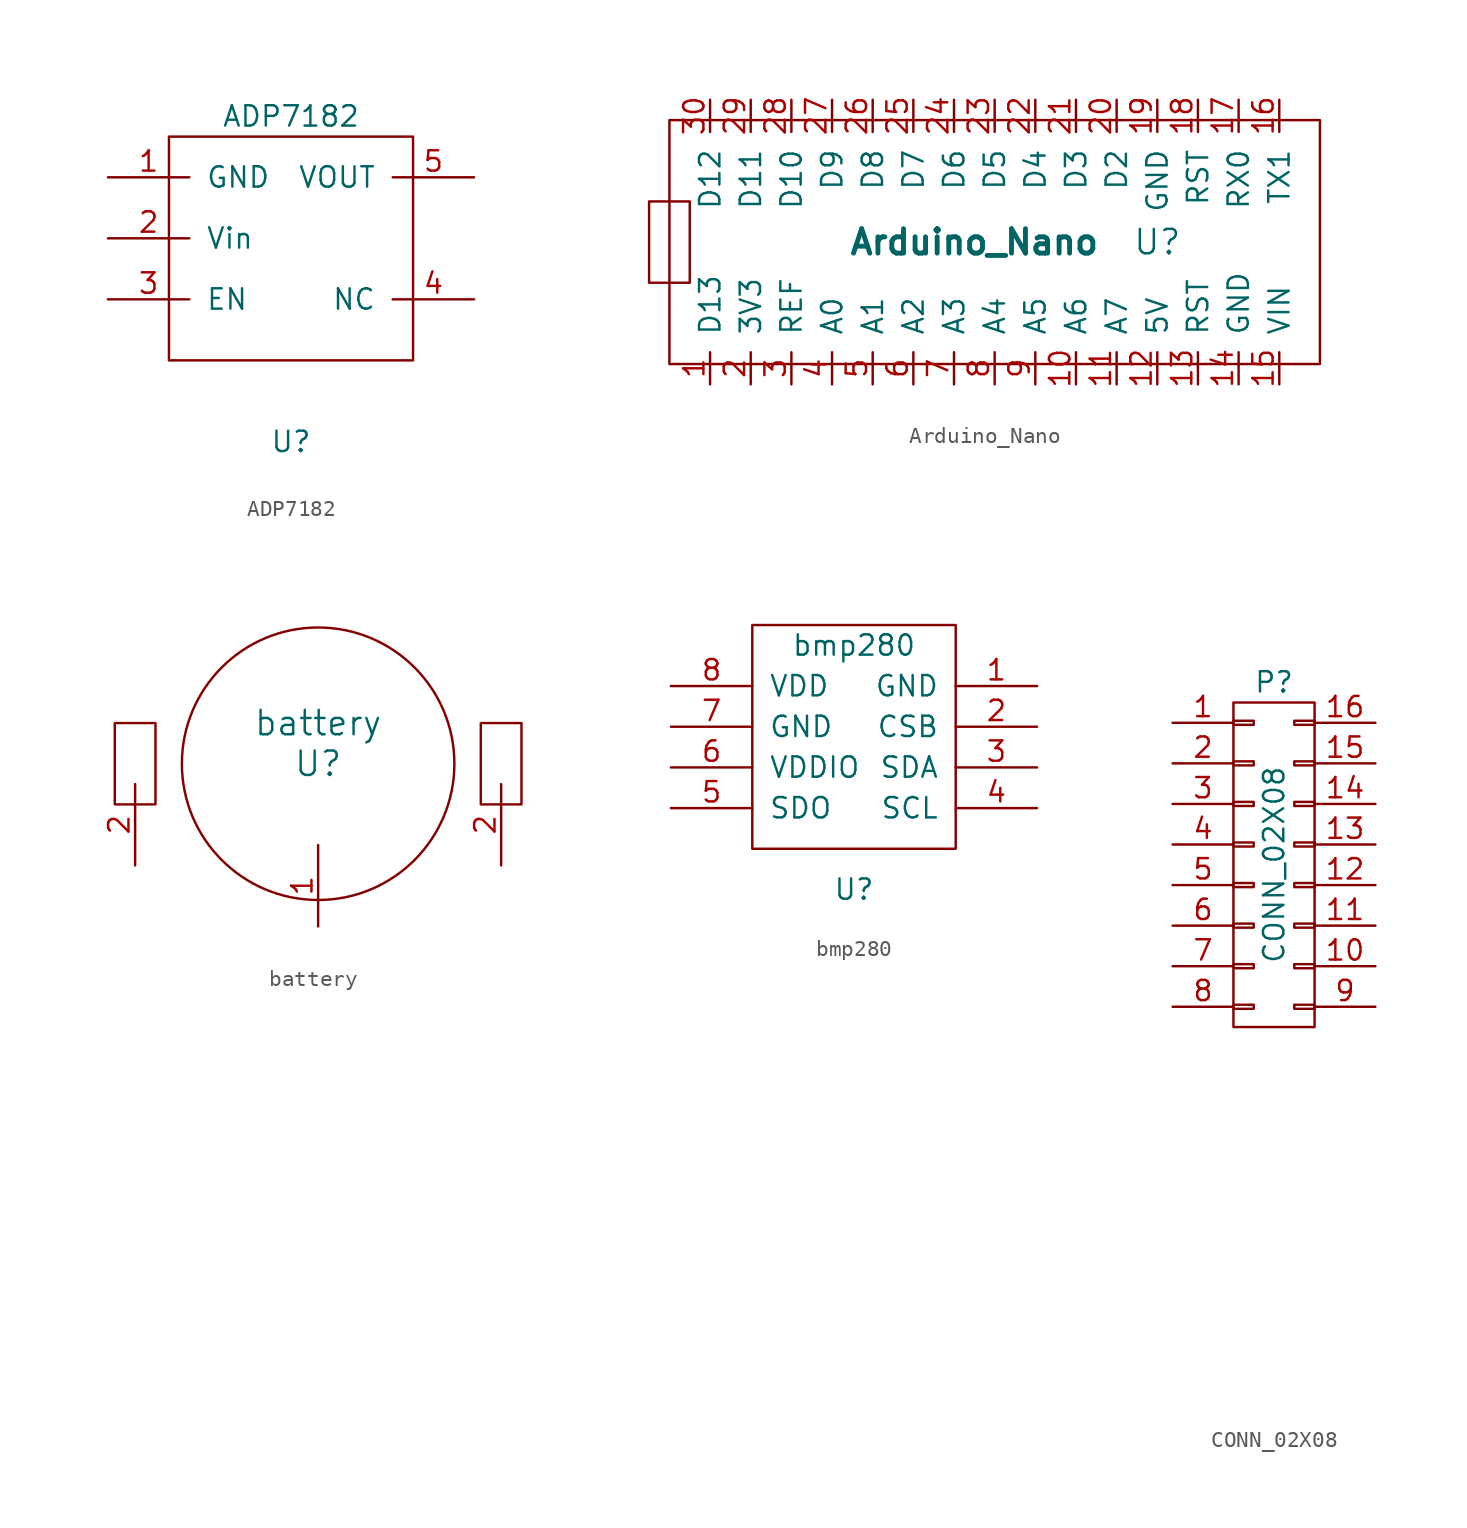
<source format=kicad_sym>
(kicad_symbol_lib
  (version 20220914)
  (generator kicad_symbol_editor)
  (symbol "ADP7182"
    (pin_names
      (offset 1.016))
    (property "Reference" "U"
      (at 0 -11.43 0)
      (effects (font (size 1.27 1.27))))
    (property "Value" "ADP7182"
      (at 0 8.89 0)
      (effects (font (size 1.27 1.27))))
    (symbol "ADP7182_0_1"
      (rectangle (start -7.62 7.62) (end 7.62 -6.35) (stroke (width 0) (type solid)) (fill (type none))))
    (symbol "ADP7182_1_1"
      (pin input line (at -11.43 5.08 0) (length 5.08) (name "GND" (effects (font (size 1.27 1.27)))) (number "1" (effects (font (size 1.27 1.27)))))
      (pin input line (at -11.43 1.27 0) (length 5.08) (name "Vin" (effects (font (size 1.27 1.27)))) (number "2" (effects (font (size 1.27 1.27)))))
      (pin input line (at -11.43 -2.54 0) (length 5.08) (name "EN" (effects (font (size 1.27 1.27)))) (number "3" (effects (font (size 1.27 1.27)))))
      (pin input line (at 11.43 -2.54 180) (length 5.08) (name "NC" (effects (font (size 1.27 1.27)))) (number "4" (effects (font (size 1.27 1.27)))))
      (pin input line (at 11.43 5.08 180) (length 5.08) (name "VOUT" (effects (font (size 1.27 1.27)))) (number "5" (effects (font (size 1.27 1.27)))))))
  (symbol "Arduino_Nano"
    (pin_names
      (offset 1.016))
    (property "Reference" "U"
      (at 10.16 0 0)
      (effects (font (size 1.524 1.524))))
    (property "Value" "Arduino_Nano"
      (at -1.27 0 0)
      (effects (font (size 1.524 1.524) bold)))
    (property "Footprint" ""
      (at 0 0 0)
      (effects (font (size 1.524 1.524))))
    (property "Datasheet" ""
      (at 0 0 0)
      (effects (font (size 1.524 1.524))))
    (symbol "Arduino_Nano_0_0"
      (rectangle (start -21.59 2.54) (end -19.05 -2.54) (stroke (width 0) (type solid)) (fill (type none)))
      (rectangle (start -20.32 7.62) (end 20.32 -7.62) (stroke (width 0) (type solid)) (fill (type none))))
    (symbol "Arduino_Nano_1_1"
      (pin input line (at -17.78 -8.89 90) (length 2.007) (name "D13" (effects (font (size 1.27 1.27)))) (number "1" (effects (font (size 1.27 1.27)))))
      (pin input line (at 5.08 -8.89 90) (length 2.007) (name "A6" (effects (font (size 1.27 1.27)))) (number "10" (effects (font (size 1.27 1.27)))))
      (pin input line (at 7.62 -8.89 90) (length 2.007) (name "A7" (effects (font (size 1.27 1.27)))) (number "11" (effects (font (size 1.27 1.27)))))
      (pin input line (at 10.16 -8.89 90) (length 2.007) (name "5V" (effects (font (size 1.27 1.27)))) (number "12" (effects (font (size 1.27 1.27)))))
      (pin input line (at 12.7 -8.89 90) (length 2.007) (name "RST" (effects (font (size 1.27 1.27)))) (number "13" (effects (font (size 1.27 1.27)))))
      (pin input line (at 15.24 -8.89 90) (length 2.007) (name "GND" (effects (font (size 1.27 1.27)))) (number "14" (effects (font (size 1.27 1.27)))))
      (pin input line (at 17.78 -8.89 90) (length 2.007) (name "VIN" (effects (font (size 1.27 1.27)))) (number "15" (effects (font (size 1.27 1.27)))))
      (pin input line (at 17.78 8.89 270) (length 2.007) (name "TX1" (effects (font (size 1.27 1.27)))) (number "16" (effects (font (size 1.27 1.27)))))
      (pin input line (at 15.24 8.89 270) (length 2.007) (name "RX0" (effects (font (size 1.27 1.27)))) (number "17" (effects (font (size 1.27 1.27)))))
      (pin input line (at 12.7 8.89 270) (length 2.007) (name "RST" (effects (font (size 1.27 1.27)))) (number "18" (effects (font (size 1.27 1.27)))))
      (pin input line (at 10.16 8.89 270) (length 2.007) (name "GND" (effects (font (size 1.27 1.27)))) (number "19" (effects (font (size 1.27 1.27)))))
      (pin input line (at -15.24 -8.89 90) (length 2.007) (name "3V3" (effects (font (size 1.27 1.27)))) (number "2" (effects (font (size 1.27 1.27)))))
      (pin input line (at 7.62 8.89 270) (length 2.007) (name "D2" (effects (font (size 1.27 1.27)))) (number "20" (effects (font (size 1.27 1.27)))))
      (pin input line (at 5.08 8.89 270) (length 2.007) (name "D3" (effects (font (size 1.27 1.27)))) (number "21" (effects (font (size 1.27 1.27)))))
      (pin input line (at 2.54 8.89 270) (length 2.007) (name "D4" (effects (font (size 1.27 1.27)))) (number "22" (effects (font (size 1.27 1.27)))))
      (pin input line (at 0 8.89 270) (length 2.007) (name "D5" (effects (font (size 1.27 1.27)))) (number "23" (effects (font (size 1.27 1.27)))))
      (pin input line (at -2.54 8.89 270) (length 2.007) (name "D6" (effects (font (size 1.27 1.27)))) (number "24" (effects (font (size 1.27 1.27)))))
      (pin input line (at -5.08 8.89 270) (length 2.007) (name "D7" (effects (font (size 1.27 1.27)))) (number "25" (effects (font (size 1.27 1.27)))))
      (pin input line (at -7.62 8.89 270) (length 2.007) (name "D8" (effects (font (size 1.27 1.27)))) (number "26" (effects (font (size 1.27 1.27)))))
      (pin input line (at -10.16 8.89 270) (length 2.007) (name "D9" (effects (font (size 1.27 1.27)))) (number "27" (effects (font (size 1.27 1.27)))))
      (pin input line (at -12.7 8.89 270) (length 2.007) (name "D10" (effects (font (size 1.27 1.27)))) (number "28" (effects (font (size 1.27 1.27)))))
      (pin input line (at -15.24 8.89 270) (length 2.007) (name "D11" (effects (font (size 1.27 1.27)))) (number "29" (effects (font (size 1.27 1.27)))))
      (pin input line (at -12.7 -8.89 90) (length 2.007) (name "REF" (effects (font (size 1.27 1.27)))) (number "3" (effects (font (size 1.27 1.27)))))
      (pin input line (at -17.78 8.89 270) (length 2.007) (name "D12" (effects (font (size 1.27 1.27)))) (number "30" (effects (font (size 1.27 1.27)))))
      (pin input line (at -10.16 -8.89 90) (length 2.007) (name "A0" (effects (font (size 1.27 1.27)))) (number "4" (effects (font (size 1.27 1.27)))))
      (pin input line (at -7.62 -8.89 90) (length 2.007) (name "A1" (effects (font (size 1.27 1.27)))) (number "5" (effects (font (size 1.27 1.27)))))
      (pin input line (at -5.08 -8.89 90) (length 2.007) (name "A2" (effects (font (size 1.27 1.27)))) (number "6" (effects (font (size 1.27 1.27)))))
      (pin input line (at -2.54 -8.89 90) (length 2.007) (name "A3" (effects (font (size 1.27 1.27)))) (number "7" (effects (font (size 1.27 1.27)))))
      (pin input line (at 0 -8.89 90) (length 2.007) (name "A4" (effects (font (size 1.27 1.27)))) (number "8" (effects (font (size 1.27 1.27)))))
      (pin input line (at 2.54 -8.89 90) (length 2.007) (name "A5" (effects (font (size 1.27 1.27)))) (number "9" (effects (font (size 1.27 1.27)))))))
  (symbol "battery"
    (pin_names
      (offset 1.016))
    (property "Reference" "U"
      (at 0 0 0)
      (effects (font (size 1.524 1.524))))
    (property "Value" "battery"
      (at 0 2.54 0)
      (effects (font (size 1.524 1.524))))
    (property "Footprint" ""
      (at 0 0 0)
      (effects (font (size 1.524 1.524))))
    (property "Datasheet" ""
      (at 0 0 0)
      (effects (font (size 1.524 1.524))))
    (symbol "battery_0_1"
      (rectangle (start -10.16 2.54) (end -12.7 -2.54) (stroke (width 0) (type solid)) (fill (type none)))
      (circle (center 0 0) (radius 8.509) (stroke (width 0) (type solid)) (fill (type none)))
      (rectangle (start 10.16 2.54) (end 12.7 -2.54) (stroke (width 0) (type solid)) (fill (type none))))
    (symbol "battery_1_1"
      (pin input line (at 0 -10.16 90) (length 5.08) (name "~" (effects (font (size 1.27 1.27)))) (number "1" (effects (font (size 1.27 1.27)))))
      (pin input line (at -11.43 -6.35 90) (length 5.08) (name "~" (effects (font (size 1.27 1.27)))) (number "2" (effects (font (size 1.27 1.27)))))
      (pin input line (at 11.43 -6.35 90) (length 5.08) (name "~" (effects (font (size 1.27 1.27)))) (number "2" (effects (font (size 1.27 1.27)))))))
  (symbol "bmp280"
    (pin_names
      (offset 1.016))
    (property "Reference" "U"
      (at 0 -7.62 0)
      (effects (font (size 1.27 1.27))))
    (property "Value" "bmp280"
      (at 0 7.62 0)
      (effects (font (size 1.27 1.27))))
    (symbol "bmp280_0_1"
      (rectangle (start -6.35 8.89) (end 6.35 -5.08) (stroke (width 0) (type solid)) (fill (type none))))
    (symbol "bmp280_1_1"
      (pin input line (at 11.43 5.08 180) (length 5.08) (name "GND" (effects (font (size 1.27 1.27)))) (number "1" (effects (font (size 1.27 1.27)))))
      (pin input line (at 11.43 2.54 180) (length 5.08) (name "CSB" (effects (font (size 1.27 1.27)))) (number "2" (effects (font (size 1.27 1.27)))))
      (pin input line (at 11.43 0 180) (length 5.08) (name "SDA" (effects (font (size 1.27 1.27)))) (number "3" (effects (font (size 1.27 1.27)))))
      (pin input line (at 11.43 -2.54 180) (length 5.08) (name "SCL" (effects (font (size 1.27 1.27)))) (number "4" (effects (font (size 1.27 1.27)))))
      (pin input line (at -11.43 -2.54 0) (length 5.08) (name "SDO" (effects (font (size 1.27 1.27)))) (number "5" (effects (font (size 1.27 1.27)))))
      (pin input line (at -11.43 0 0) (length 5.08) (name "VDDIO" (effects (font (size 1.27 1.27)))) (number "6" (effects (font (size 1.27 1.27)))))
      (pin input line (at -11.43 2.54 0) (length 5.08) (name "GND" (effects (font (size 1.27 1.27)))) (number "7" (effects (font (size 1.27 1.27)))))
      (pin input line (at -11.43 5.08 0) (length 5.08) (name "VDD" (effects (font (size 1.27 1.27)))) (number "8" (effects (font (size 1.27 1.27)))))))
  (symbol "CONN_02X08"
    (pin_names
      (offset 0.025) hide)
    (property "Reference" "P"
      (at 0 11.43 0)
      (effects (font (size 1.27 1.27))))
    (property "Value" "CONN_02X08"
      (at 0 0 90)
      (effects (font (size 1.27 1.27))))
    (property "Footprint" ""
      (at 0 -30.48 0)
      (effects (font (size 1.27 1.27))))
    (property "Datasheet" ""
      (at 0 -30.48 0)
      (effects (font (size 1.27 1.27))))
    (symbol "CONN_02X08_0_1"
      (rectangle (start -2.54 -8.763) (end -1.27 -9.017) (stroke (width 0) (type solid)) (fill (type none)))
      (rectangle (start -2.54 -6.223) (end -1.27 -6.477) (stroke (width 0) (type solid)) (fill (type none)))
      (rectangle (start -2.54 -3.683) (end -1.27 -3.937) (stroke (width 0) (type solid)) (fill (type none)))
      (rectangle (start -2.54 -1.143) (end -1.27 -1.397) (stroke (width 0) (type solid)) (fill (type none)))
      (rectangle (start -2.54 1.397) (end -1.27 1.143) (stroke (width 0) (type solid)) (fill (type none)))
      (rectangle (start -2.54 3.937) (end -1.27 3.683) (stroke (width 0) (type solid)) (fill (type none)))
      (rectangle (start -2.54 6.477) (end -1.27 6.223) (stroke (width 0) (type solid)) (fill (type none)))
      (rectangle (start -2.54 9.017) (end -1.27 8.763) (stroke (width 0) (type solid)) (fill (type none)))
      (rectangle (start -2.54 10.16) (end 2.54 -10.16) (stroke (width 0) (type solid)) (fill (type none)))
      (rectangle (start 1.27 -8.763) (end 2.54 -9.017) (stroke (width 0) (type solid)) (fill (type none)))
      (rectangle (start 1.27 -6.223) (end 2.54 -6.477) (stroke (width 0) (type solid)) (fill (type none)))
      (rectangle (start 1.27 -3.683) (end 2.54 -3.937) (stroke (width 0) (type solid)) (fill (type none)))
      (rectangle (start 1.27 -1.143) (end 2.54 -1.397) (stroke (width 0) (type solid)) (fill (type none)))
      (rectangle (start 1.27 1.397) (end 2.54 1.143) (stroke (width 0) (type solid)) (fill (type none)))
      (rectangle (start 1.27 3.937) (end 2.54 3.683) (stroke (width 0) (type solid)) (fill (type none)))
      (rectangle (start 1.27 6.477) (end 2.54 6.223) (stroke (width 0) (type solid)) (fill (type none)))
      (rectangle (start 1.27 9.017) (end 2.54 8.763) (stroke (width 0) (type solid)) (fill (type none))))
    (symbol "CONN_02X08_1_1"
      (pin passive line (at -6.35 8.89 0) (length 3.81) (name "P1" (effects (font (size 1.27 1.27)))) (number "1" (effects (font (size 1.27 1.27)))))
      (pin passive line (at 6.35 -6.35 180) (length 3.81) (name "P10" (effects (font (size 1.27 1.27)))) (number "10" (effects (font (size 1.27 1.27)))))
      (pin passive line (at 6.35 -3.81 180) (length 3.81) (name "P11" (effects (font (size 1.27 1.27)))) (number "11" (effects (font (size 1.27 1.27)))))
      (pin passive line (at 6.35 -1.27 180) (length 3.81) (name "P12" (effects (font (size 1.27 1.27)))) (number "12" (effects (font (size 1.27 1.27)))))
      (pin passive line (at 6.35 1.27 180) (length 3.81) (name "P13" (effects (font (size 1.27 1.27)))) (number "13" (effects (font (size 1.27 1.27)))))
      (pin passive line (at 6.35 3.81 180) (length 3.81) (name "P14" (effects (font (size 1.27 1.27)))) (number "14" (effects (font (size 1.27 1.27)))))
      (pin passive line (at 6.35 6.35 180) (length 3.81) (name "P15" (effects (font (size 1.27 1.27)))) (number "15" (effects (font (size 1.27 1.27)))))
      (pin passive line (at 6.35 8.89 180) (length 3.81) (name "P16" (effects (font (size 1.27 1.27)))) (number "16" (effects (font (size 1.27 1.27)))))
      (pin passive line (at -6.35 6.35 0) (length 3.81) (name "P2" (effects (font (size 1.27 1.27)))) (number "2" (effects (font (size 1.27 1.27)))))
      (pin passive line (at -6.35 3.81 0) (length 3.81) (name "P3" (effects (font (size 1.27 1.27)))) (number "3" (effects (font (size 1.27 1.27)))))
      (pin passive line (at -6.35 1.27 0) (length 3.81) (name "P4" (effects (font (size 1.27 1.27)))) (number "4" (effects (font (size 1.27 1.27)))))
      (pin passive line (at -6.35 -1.27 0) (length 3.81) (name "P5" (effects (font (size 1.27 1.27)))) (number "5" (effects (font (size 1.27 1.27)))))
      (pin passive line (at -6.35 -3.81 0) (length 3.81) (name "P6" (effects (font (size 1.27 1.27)))) (number "6" (effects (font (size 1.27 1.27)))))
      (pin passive line (at -6.35 -6.35 0) (length 3.81) (name "P7" (effects (font (size 1.27 1.27)))) (number "7" (effects (font (size 1.27 1.27)))))
      (pin passive line (at -6.35 -8.89 0) (length 3.81) (name "P8" (effects (font (size 1.27 1.27)))) (number "8" (effects (font (size 1.27 1.27)))))
      (pin passive line (at 6.35 -8.89 180) (length 3.81) (name "P9" (effects (font (size 1.27 1.27)))) (number "9" (effects (font (size 1.27 1.27))))))))
</source>
